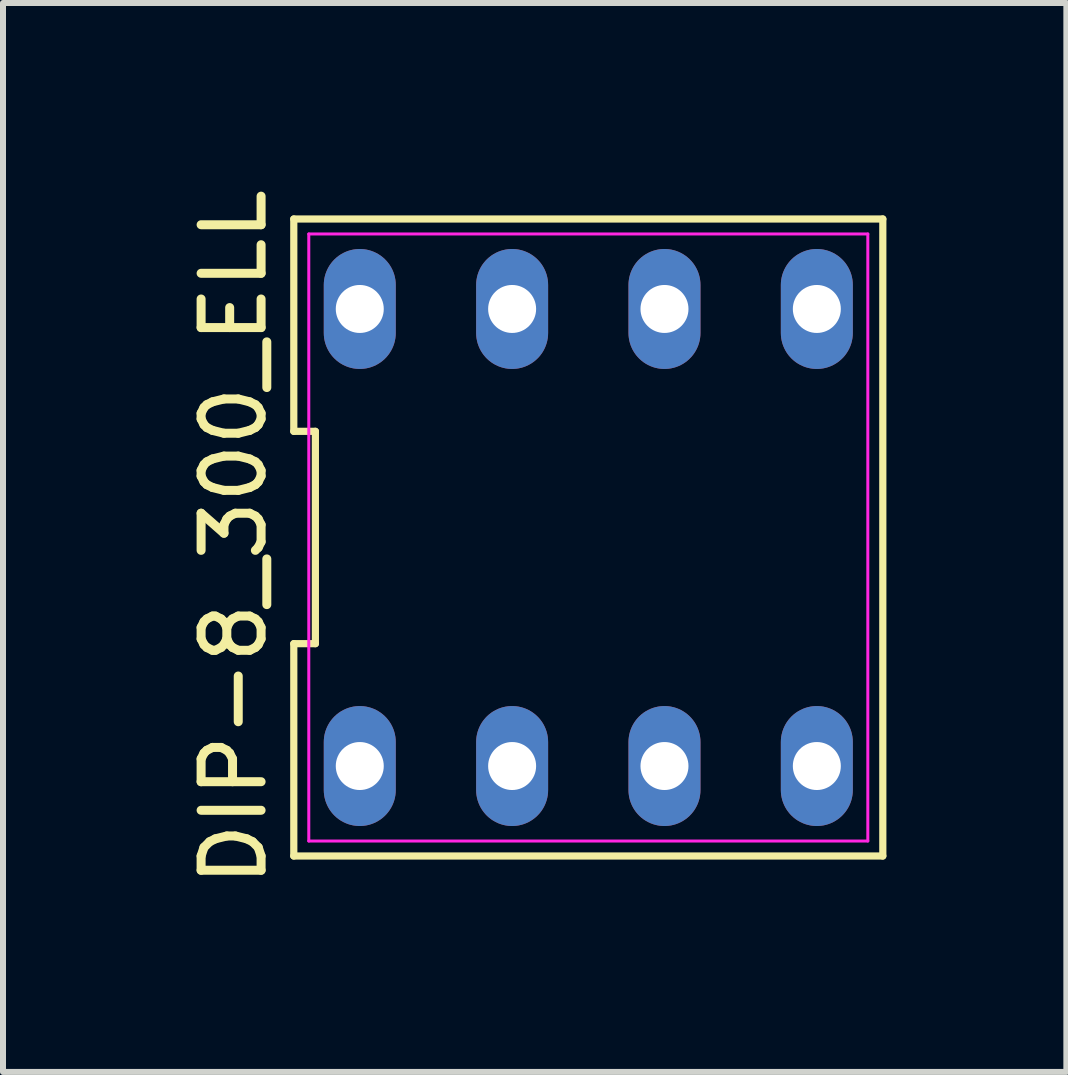
<source format=kicad_pcb>
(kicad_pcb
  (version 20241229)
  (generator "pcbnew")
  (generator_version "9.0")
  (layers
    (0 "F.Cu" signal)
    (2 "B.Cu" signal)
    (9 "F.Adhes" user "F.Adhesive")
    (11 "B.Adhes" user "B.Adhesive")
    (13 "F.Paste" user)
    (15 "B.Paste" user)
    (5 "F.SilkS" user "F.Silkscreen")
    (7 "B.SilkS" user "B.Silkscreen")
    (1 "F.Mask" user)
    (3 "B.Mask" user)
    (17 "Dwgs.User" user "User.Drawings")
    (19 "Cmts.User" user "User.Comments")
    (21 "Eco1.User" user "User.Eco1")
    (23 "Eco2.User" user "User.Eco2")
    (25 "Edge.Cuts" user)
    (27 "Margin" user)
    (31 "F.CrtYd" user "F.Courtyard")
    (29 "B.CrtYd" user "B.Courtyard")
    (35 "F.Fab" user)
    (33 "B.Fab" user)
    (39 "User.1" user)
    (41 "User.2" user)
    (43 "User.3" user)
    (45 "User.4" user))
  (footprint "DIP-8_300_ELL"
    (layer "F.Cu")
    (at 6.758 5.911)
    (property "Reference" "DIP-8_300_ELL" (at -5.91 0 90) (layer "F.SilkS") (effects (font (size 1 1) (thickness 0.15))))
    (attr through_hole)
    (fp_line (start -4.91 -5.31) (end -4.91 -1.77) (stroke (width 0.12) (type solid)) (layer "F.SilkS"))
    (fp_line (start -4.91 -1.77) (end -4.55 -1.77) (stroke (width 0.12) (type solid)) (layer "F.SilkS"))
    (fp_line (start -4.91 1.77) (end -4.91 5.31) (stroke (width 0.12) (type solid)) (layer "F.SilkS"))
    (fp_line (start -4.91 5.31) (end 4.91 5.31) (stroke (width 0.12) (type solid)) (layer "F.SilkS"))
    (fp_line (start -4.55 -1.77) (end -4.55 1.77) (stroke (width 0.12) (type solid)) (layer "F.SilkS"))
    (fp_line (start -4.55 1.77) (end -4.91 1.77) (stroke (width 0.12) (type solid)) (layer "F.SilkS"))
    (fp_line (start 4.91 -5.31) (end -4.91 -5.31) (stroke (width 0.12) (type solid)) (layer "F.SilkS"))
    (fp_line (start 4.91 5.31) (end 4.91 -5.31) (stroke (width 0.12) (type solid)) (layer "F.SilkS"))
    (fp_line (start -4.66 -5.06) (end 4.66 -5.06) (stroke (width 0.05) (type solid)) (layer "F.CrtYd"))
    (fp_line (start -4.66 5.06) (end -4.66 -5.06) (stroke (width 0.05) (type solid)) (layer "F.CrtYd"))
    (fp_line (start 4.66 -5.06) (end 4.66 5.06) (stroke (width 0.05) (type solid)) (layer "F.CrtYd"))
    (fp_line (start 4.66 5.06) (end -4.66 5.06) (stroke (width 0.05) (type solid)) (layer "F.CrtYd"))
    (pad "1" thru_hole oval (at -3.81 3.81) (size 1.2 2) (drill 0.8) (layers "*.Cu" "*.Mask"))
    (pad "2" thru_hole oval (at -1.27 3.81) (size 1.2 2) (drill 0.8) (layers "*.Cu" "*.Mask"))
    (pad "3" thru_hole oval (at 1.27 3.81) (size 1.2 2) (drill 0.8) (layers "*.Cu" "*.Mask"))
    (pad "4" thru_hole oval (at 3.81 3.81) (size 1.2 2) (drill 0.8) (layers "*.Cu" "*.Mask"))
    (pad "5" thru_hole oval (at 3.81 -3.81) (size 1.2 2) (drill 0.8) (layers "*.Cu" "*.Mask"))
    (pad "6" thru_hole oval (at 1.27 -3.81) (size 1.2 2) (drill 0.8) (layers "*.Cu" "*.Mask"))
    (pad "7" thru_hole oval (at -1.27 -3.81) (size 1.2 2) (drill 0.8) (layers "*.Cu" "*.Mask"))
    (pad "8" thru_hole oval (at -3.81 -3.81) (size 1.2 2) (drill 0.8) (layers "*.Cu" "*.Mask")))
  (gr_rect
    (start -3 -3)
    (end 14.728 14.821)
    (stroke (width 0.1) (type default))
    (fill no)
    (layer "Edge.Cuts")))
</source>
